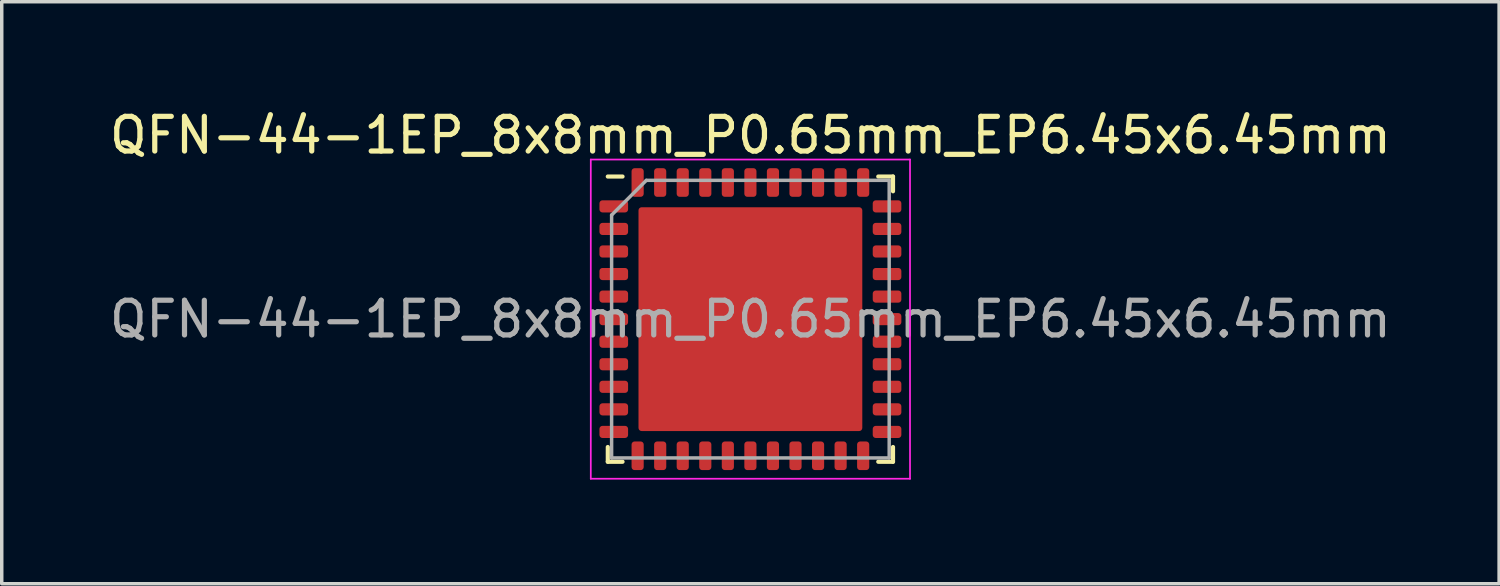
<source format=kicad_pcb>
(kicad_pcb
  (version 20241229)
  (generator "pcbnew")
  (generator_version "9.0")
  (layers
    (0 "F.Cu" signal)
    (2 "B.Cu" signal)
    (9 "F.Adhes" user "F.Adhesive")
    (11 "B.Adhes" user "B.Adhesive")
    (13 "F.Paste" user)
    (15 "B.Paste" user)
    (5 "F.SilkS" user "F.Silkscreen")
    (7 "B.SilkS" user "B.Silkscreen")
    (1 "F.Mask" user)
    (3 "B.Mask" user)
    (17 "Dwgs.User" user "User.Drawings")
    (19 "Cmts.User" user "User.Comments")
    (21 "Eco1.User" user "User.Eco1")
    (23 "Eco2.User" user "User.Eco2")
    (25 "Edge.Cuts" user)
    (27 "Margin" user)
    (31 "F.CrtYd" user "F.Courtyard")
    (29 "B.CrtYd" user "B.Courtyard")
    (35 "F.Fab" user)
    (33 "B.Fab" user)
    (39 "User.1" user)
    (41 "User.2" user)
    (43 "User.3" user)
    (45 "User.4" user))
  (footprint "QFN-44-1EP_8x8mm_P0.65mm_EP6.45x6.45mm"
    (layer "F.Cu")
    (at 18.577 6.148)
    (property "Reference" "QFN-44-1EP_8x8mm_P0.65mm_EP6.45x6.45mm" (at 0 -5.3 0) (layer "F.SilkS") (effects (font (size 1 1) (thickness 0.15))))
    (attr smd)
    (fp_line (start -4.11 4.11) (end -4.11 3.685) (stroke (width 0.12) (type solid)) (layer "F.SilkS"))
    (fp_line (start -3.685 -4.11) (end -4.11 -4.11) (stroke (width 0.12) (type solid)) (layer "F.SilkS"))
    (fp_line (start -3.685 4.11) (end -4.11 4.11) (stroke (width 0.12) (type solid)) (layer "F.SilkS"))
    (fp_line (start 3.685 -4.11) (end 4.11 -4.11) (stroke (width 0.12) (type solid)) (layer "F.SilkS"))
    (fp_line (start 3.685 4.11) (end 4.11 4.11) (stroke (width 0.12) (type solid)) (layer "F.SilkS"))
    (fp_line (start 4.11 -4.11) (end 4.11 -3.685) (stroke (width 0.12) (type solid)) (layer "F.SilkS"))
    (fp_line (start 4.11 4.11) (end 4.11 3.685) (stroke (width 0.12) (type solid)) (layer "F.SilkS"))
    (fp_line (start -4.6 -4.6) (end -4.6 4.6) (stroke (width 0.05) (type solid)) (layer "F.CrtYd"))
    (fp_line (start -4.6 4.6) (end 4.6 4.6) (stroke (width 0.05) (type solid)) (layer "F.CrtYd"))
    (fp_line (start 4.6 -4.6) (end -4.6 -4.6) (stroke (width 0.05) (type solid)) (layer "F.CrtYd"))
    (fp_line (start 4.6 4.6) (end 4.6 -4.6) (stroke (width 0.05) (type solid)) (layer "F.CrtYd"))
    (fp_line (start -4 -3) (end -3 -4) (stroke (width 0.1) (type solid)) (layer "F.Fab"))
    (fp_line (start -4 4) (end -4 -3) (stroke (width 0.1) (type solid)) (layer "F.Fab"))
    (fp_line (start -3 -4) (end 4 -4) (stroke (width 0.1) (type solid)) (layer "F.Fab"))
    (fp_line (start 4 -4) (end 4 4) (stroke (width 0.1) (type solid)) (layer "F.Fab"))
    (fp_line (start 4 4) (end -4 4) (stroke (width 0.1) (type solid)) (layer "F.Fab"))
    (fp_text user "${REFERENCE}" (at 0 0 0) (layer "F.Fab") (effects (font (size 1 1) (thickness 0.15))))
    (pad "" smd roundrect (at -2.58 -2.58) (size 1.04 1.04) (layers "F.Paste") (roundrect_rratio 0.24))
    (pad "" smd roundrect (at -2.58 -1.29) (size 1.04 1.04) (layers "F.Paste") (roundrect_rratio 0.24))
    (pad "" smd roundrect (at -2.58 0) (size 1.04 1.04) (layers "F.Paste") (roundrect_rratio 0.24))
    (pad "" smd roundrect (at -2.58 1.29) (size 1.04 1.04) (layers "F.Paste") (roundrect_rratio 0.24))
    (pad "" smd roundrect (at -2.58 2.58) (size 1.04 1.04) (layers "F.Paste") (roundrect_rratio 0.24))
    (pad "" smd roundrect (at -1.29 -2.58) (size 1.04 1.04) (layers "F.Paste") (roundrect_rratio 0.24))
    (pad "" smd roundrect (at -1.29 -1.29) (size 1.04 1.04) (layers "F.Paste") (roundrect_rratio 0.24))
    (pad "" smd roundrect (at -1.29 0) (size 1.04 1.04) (layers "F.Paste") (roundrect_rratio 0.24))
    (pad "" smd roundrect (at -1.29 1.29) (size 1.04 1.04) (layers "F.Paste") (roundrect_rratio 0.24))
    (pad "" smd roundrect (at -1.29 2.58) (size 1.04 1.04) (layers "F.Paste") (roundrect_rratio 0.24))
    (pad "" smd roundrect (at 0 -2.58) (size 1.04 1.04) (layers "F.Paste") (roundrect_rratio 0.24))
    (pad "" smd roundrect (at 0 -1.29) (size 1.04 1.04) (layers "F.Paste") (roundrect_rratio 0.24))
    (pad "" smd roundrect (at 0 0) (size 1.04 1.04) (layers "F.Paste") (roundrect_rratio 0.24))
    (pad "" smd roundrect (at 0 1.29) (size 1.04 1.04) (layers "F.Paste") (roundrect_rratio 0.24))
    (pad "" smd roundrect (at 0 2.58) (size 1.04 1.04) (layers "F.Paste") (roundrect_rratio 0.24))
    (pad "" smd roundrect (at 1.29 -2.58) (size 1.04 1.04) (layers "F.Paste") (roundrect_rratio 0.24))
    (pad "" smd roundrect (at 1.29 -1.29) (size 1.04 1.04) (layers "F.Paste") (roundrect_rratio 0.24))
    (pad "" smd roundrect (at 1.29 0) (size 1.04 1.04) (layers "F.Paste") (roundrect_rratio 0.24))
    (pad "" smd roundrect (at 1.29 1.29) (size 1.04 1.04) (layers "F.Paste") (roundrect_rratio 0.24))
    (pad "" smd roundrect (at 1.29 2.58) (size 1.04 1.04) (layers "F.Paste") (roundrect_rratio 0.24))
    (pad "" smd roundrect (at 2.58 -2.58) (size 1.04 1.04) (layers "F.Paste") (roundrect_rratio 0.24))
    (pad "" smd roundrect (at 2.58 -1.29) (size 1.04 1.04) (layers "F.Paste") (roundrect_rratio 0.24))
    (pad "" smd roundrect (at 2.58 0) (size 1.04 1.04) (layers "F.Paste") (roundrect_rratio 0.24))
    (pad "" smd roundrect (at 2.58 1.29) (size 1.04 1.04) (layers "F.Paste") (roundrect_rratio 0.24))
    (pad "" smd roundrect (at 2.58 2.58) (size 1.04 1.04) (layers "F.Paste") (roundrect_rratio 0.24))
    (pad "1" smd roundrect (at -3.938 -3.25) (size 0.825 0.35) (layers "F.Cu" "F.Mask" "F.Paste") (roundrect_rratio 0.25))
    (pad "2" smd roundrect (at -3.938 -2.6) (size 0.825 0.35) (layers "F.Cu" "F.Mask" "F.Paste") (roundrect_rratio 0.25))
    (pad "3" smd roundrect (at -3.938 -1.95) (size 0.825 0.35) (layers "F.Cu" "F.Mask" "F.Paste") (roundrect_rratio 0.25))
    (pad "4" smd roundrect (at -3.938 -1.3) (size 0.825 0.35) (layers "F.Cu" "F.Mask" "F.Paste") (roundrect_rratio 0.25))
    (pad "5" smd roundrect (at -3.938 -0.65) (size 0.825 0.35) (layers "F.Cu" "F.Mask" "F.Paste") (roundrect_rratio 0.25))
    (pad "6" smd roundrect (at -3.938 0) (size 0.825 0.35) (layers "F.Cu" "F.Mask" "F.Paste") (roundrect_rratio 0.25))
    (pad "7" smd roundrect (at -3.938 0.65) (size 0.825 0.35) (layers "F.Cu" "F.Mask" "F.Paste") (roundrect_rratio 0.25))
    (pad "8" smd roundrect (at -3.938 1.3) (size 0.825 0.35) (layers "F.Cu" "F.Mask" "F.Paste") (roundrect_rratio 0.25))
    (pad "9" smd roundrect (at -3.938 1.95) (size 0.825 0.35) (layers "F.Cu" "F.Mask" "F.Paste") (roundrect_rratio 0.25))
    (pad "10" smd roundrect (at -3.938 2.6) (size 0.825 0.35) (layers "F.Cu" "F.Mask" "F.Paste") (roundrect_rratio 0.25))
    (pad "11" smd roundrect (at -3.938 3.25) (size 0.825 0.35) (layers "F.Cu" "F.Mask" "F.Paste") (roundrect_rratio 0.25))
    (pad "12" smd roundrect (at -3.25 3.938) (size 0.35 0.825) (layers "F.Cu" "F.Mask" "F.Paste") (roundrect_rratio 0.25))
    (pad "13" smd roundrect (at -2.6 3.938) (size 0.35 0.825) (layers "F.Cu" "F.Mask" "F.Paste") (roundrect_rratio 0.25))
    (pad "14" smd roundrect (at -1.95 3.938) (size 0.35 0.825) (layers "F.Cu" "F.Mask" "F.Paste") (roundrect_rratio 0.25))
    (pad "15" smd roundrect (at -1.3 3.938) (size 0.35 0.825) (layers "F.Cu" "F.Mask" "F.Paste") (roundrect_rratio 0.25))
    (pad "16" smd roundrect (at -0.65 3.938) (size 0.35 0.825) (layers "F.Cu" "F.Mask" "F.Paste") (roundrect_rratio 0.25))
    (pad "17" smd roundrect (at 0 3.938) (size 0.35 0.825) (layers "F.Cu" "F.Mask" "F.Paste") (roundrect_rratio 0.25))
    (pad "18" smd roundrect (at 0.65 3.938) (size 0.35 0.825) (layers "F.Cu" "F.Mask" "F.Paste") (roundrect_rratio 0.25))
    (pad "19" smd roundrect (at 1.3 3.938) (size 0.35 0.825) (layers "F.Cu" "F.Mask" "F.Paste") (roundrect_rratio 0.25))
    (pad "20" smd roundrect (at 1.95 3.938) (size 0.35 0.825) (layers "F.Cu" "F.Mask" "F.Paste") (roundrect_rratio 0.25))
    (pad "21" smd roundrect (at 2.6 3.938) (size 0.35 0.825) (layers "F.Cu" "F.Mask" "F.Paste") (roundrect_rratio 0.25))
    (pad "22" smd roundrect (at 3.25 3.938) (size 0.35 0.825) (layers "F.Cu" "F.Mask" "F.Paste") (roundrect_rratio 0.25))
    (pad "23" smd roundrect (at 3.938 3.25) (size 0.825 0.35) (layers "F.Cu" "F.Mask" "F.Paste") (roundrect_rratio 0.25))
    (pad "24" smd roundrect (at 3.938 2.6) (size 0.825 0.35) (layers "F.Cu" "F.Mask" "F.Paste") (roundrect_rratio 0.25))
    (pad "25" smd roundrect (at 3.938 1.95) (size 0.825 0.35) (layers "F.Cu" "F.Mask" "F.Paste") (roundrect_rratio 0.25))
    (pad "26" smd roundrect (at 3.938 1.3) (size 0.825 0.35) (layers "F.Cu" "F.Mask" "F.Paste") (roundrect_rratio 0.25))
    (pad "27" smd roundrect (at 3.938 0.65) (size 0.825 0.35) (layers "F.Cu" "F.Mask" "F.Paste") (roundrect_rratio 0.25))
    (pad "28" smd roundrect (at 3.938 0) (size 0.825 0.35) (layers "F.Cu" "F.Mask" "F.Paste") (roundrect_rratio 0.25))
    (pad "29" smd roundrect (at 3.938 -0.65) (size 0.825 0.35) (layers "F.Cu" "F.Mask" "F.Paste") (roundrect_rratio 0.25))
    (pad "30" smd roundrect (at 3.938 -1.3) (size 0.825 0.35) (layers "F.Cu" "F.Mask" "F.Paste") (roundrect_rratio 0.25))
    (pad "31" smd roundrect (at 3.938 -1.95) (size 0.825 0.35) (layers "F.Cu" "F.Mask" "F.Paste") (roundrect_rratio 0.25))
    (pad "32" smd roundrect (at 3.938 -2.6) (size 0.825 0.35) (layers "F.Cu" "F.Mask" "F.Paste") (roundrect_rratio 0.25))
    (pad "33" smd roundrect (at 3.938 -3.25) (size 0.825 0.35) (layers "F.Cu" "F.Mask" "F.Paste") (roundrect_rratio 0.25))
    (pad "34" smd roundrect (at 3.25 -3.938) (size 0.35 0.825) (layers "F.Cu" "F.Mask" "F.Paste") (roundrect_rratio 0.25))
    (pad "35" smd roundrect (at 2.6 -3.938) (size 0.35 0.825) (layers "F.Cu" "F.Mask" "F.Paste") (roundrect_rratio 0.25))
    (pad "36" smd roundrect (at 1.95 -3.938) (size 0.35 0.825) (layers "F.Cu" "F.Mask" "F.Paste") (roundrect_rratio 0.25))
    (pad "37" smd roundrect (at 1.3 -3.938) (size 0.35 0.825) (layers "F.Cu" "F.Mask" "F.Paste") (roundrect_rratio 0.25))
    (pad "38" smd roundrect (at 0.65 -3.938) (size 0.35 0.825) (layers "F.Cu" "F.Mask" "F.Paste") (roundrect_rratio 0.25))
    (pad "39" smd roundrect (at 0 -3.938) (size 0.35 0.825) (layers "F.Cu" "F.Mask" "F.Paste") (roundrect_rratio 0.25))
    (pad "40" smd roundrect (at -0.65 -3.938) (size 0.35 0.825) (layers "F.Cu" "F.Mask" "F.Paste") (roundrect_rratio 0.25))
    (pad "41" smd roundrect (at -1.3 -3.938) (size 0.35 0.825) (layers "F.Cu" "F.Mask" "F.Paste") (roundrect_rratio 0.25))
    (pad "42" smd roundrect (at -1.95 -3.938) (size 0.35 0.825) (layers "F.Cu" "F.Mask" "F.Paste") (roundrect_rratio 0.25))
    (pad "43" smd roundrect (at -2.6 -3.938) (size 0.35 0.825) (layers "F.Cu" "F.Mask" "F.Paste") (roundrect_rratio 0.25))
    (pad "44" smd roundrect (at -3.25 -3.938) (size 0.35 0.825) (layers "F.Cu" "F.Mask" "F.Paste") (roundrect_rratio 0.25))
    (pad "45" smd roundrect (at 0 0) (size 6.45 6.45) (layers "F.Cu" "F.Mask") (roundrect_rratio 0.014)))
  (gr_rect
    (start -3 -3)
    (end 40.155 13.773)
    (stroke (width 0.1) (type default))
    (fill no)
    (layer "Edge.Cuts")))
</source>
